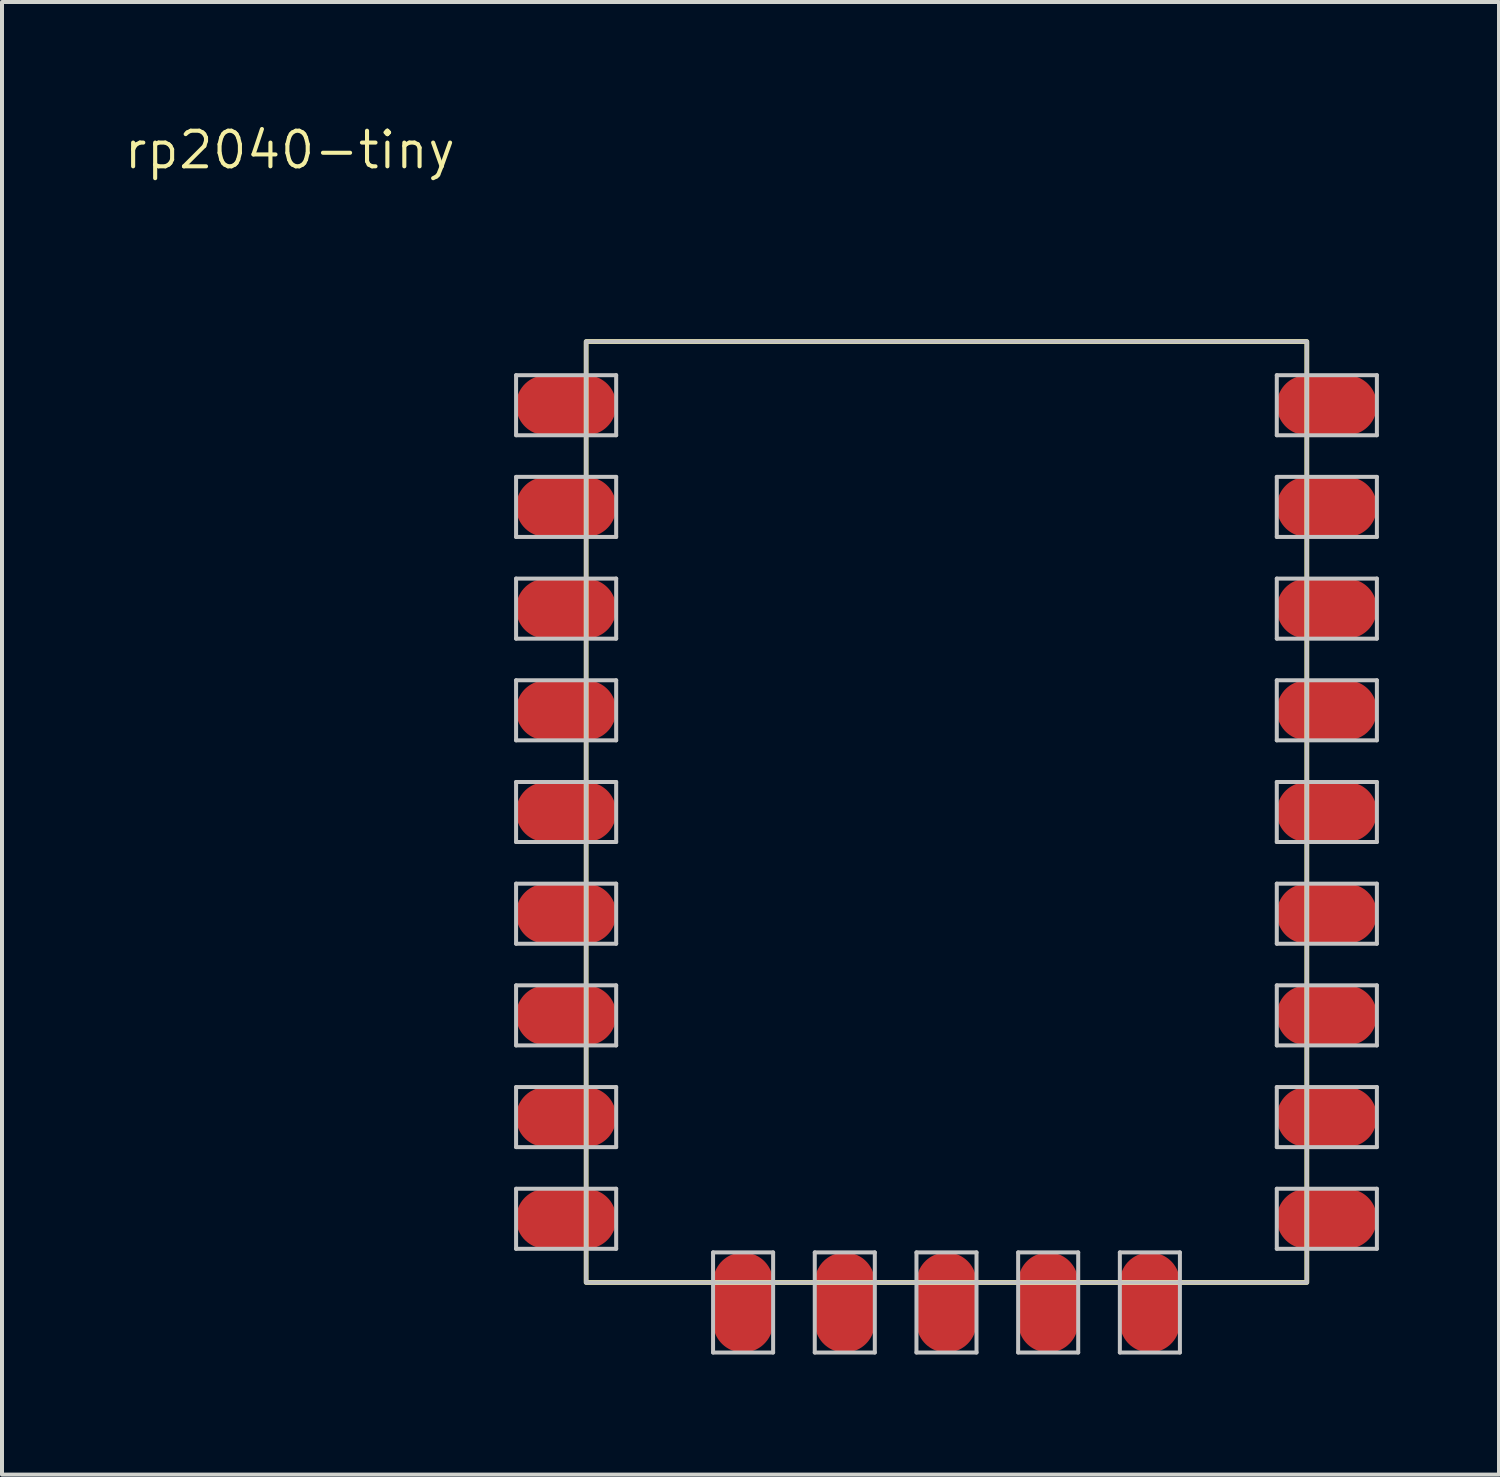
<source format=kicad_pcb>
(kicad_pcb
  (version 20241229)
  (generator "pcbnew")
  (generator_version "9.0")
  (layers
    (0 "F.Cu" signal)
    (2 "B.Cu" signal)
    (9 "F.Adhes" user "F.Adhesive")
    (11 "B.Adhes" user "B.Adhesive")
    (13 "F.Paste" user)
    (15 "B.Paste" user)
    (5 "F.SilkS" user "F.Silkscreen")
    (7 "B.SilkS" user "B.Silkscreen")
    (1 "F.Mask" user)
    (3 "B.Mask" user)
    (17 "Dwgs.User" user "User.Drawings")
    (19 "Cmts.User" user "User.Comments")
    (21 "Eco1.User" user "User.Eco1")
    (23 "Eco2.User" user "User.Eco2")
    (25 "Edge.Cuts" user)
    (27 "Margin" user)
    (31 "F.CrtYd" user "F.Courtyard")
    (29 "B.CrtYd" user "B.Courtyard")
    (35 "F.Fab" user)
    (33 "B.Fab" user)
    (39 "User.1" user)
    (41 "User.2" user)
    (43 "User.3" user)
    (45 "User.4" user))
  (footprint "rp2040-tiny"
    (layer "F.Cu")
    (at 20.59 17.231)
    (property "Reference" "rp2040-tiny" (at -16.399 -16.533 180) (layer "F.SilkS") (effects (font (size 0.889 0.889) (thickness 0.102))))
    (attr smd exclude_from_pos_files)
    (fp_poly (pts (xy 9 11.75) (xy -9 11.75) (xy -9 -11.75) (xy 9 -11.75)) (stroke (width 0.12) (type solid)) (fill no) (layer "F.SilkS"))
    (fp_line (start -10.75 -10.91) (end -10.75 -9.41) (stroke (width 0.1) (type default)) (layer "Dwgs.User"))
    (fp_line (start -10.75 -9.41) (end -8.25 -9.41) (stroke (width 0.1) (type default)) (layer "Dwgs.User"))
    (fp_line (start -10.75 -8.37) (end -10.75 -6.87) (stroke (width 0.1) (type default)) (layer "Dwgs.User"))
    (fp_line (start -10.75 -6.87) (end -8.25 -6.87) (stroke (width 0.1) (type default)) (layer "Dwgs.User"))
    (fp_line (start -10.75 -5.83) (end -10.75 -4.33) (stroke (width 0.1) (type default)) (layer "Dwgs.User"))
    (fp_line (start -10.75 -4.33) (end -8.25 -4.33) (stroke (width 0.1) (type default)) (layer "Dwgs.User"))
    (fp_line (start -10.75 -3.29) (end -10.75 -1.79) (stroke (width 0.1) (type default)) (layer "Dwgs.User"))
    (fp_line (start -10.75 -1.79) (end -8.25 -1.79) (stroke (width 0.1) (type default)) (layer "Dwgs.User"))
    (fp_line (start -10.75 -0.75) (end -10.75 0.75) (stroke (width 0.1) (type default)) (layer "Dwgs.User"))
    (fp_line (start -10.75 0.75) (end -8.25 0.75) (stroke (width 0.1) (type default)) (layer "Dwgs.User"))
    (fp_line (start -10.75 1.79) (end -10.75 3.29) (stroke (width 0.1) (type default)) (layer "Dwgs.User"))
    (fp_line (start -10.75 3.29) (end -8.25 3.29) (stroke (width 0.1) (type default)) (layer "Dwgs.User"))
    (fp_line (start -10.75 4.33) (end -10.75 5.83) (stroke (width 0.1) (type default)) (layer "Dwgs.User"))
    (fp_line (start -10.75 5.83) (end -8.25 5.83) (stroke (width 0.1) (type default)) (layer "Dwgs.User"))
    (fp_line (start -10.75 6.87) (end -10.75 8.37) (stroke (width 0.1) (type default)) (layer "Dwgs.User"))
    (fp_line (start -10.75 8.37) (end -8.25 8.37) (stroke (width 0.1) (type default)) (layer "Dwgs.User"))
    (fp_line (start -10.75 9.41) (end -10.75 10.91) (stroke (width 0.1) (type default)) (layer "Dwgs.User"))
    (fp_line (start -10.75 10.91) (end -8.25 10.91) (stroke (width 0.1) (type default)) (layer "Dwgs.User"))
    (fp_line (start -9 -11.75) (end -9 11.75) (stroke (width 0.1) (type default)) (layer "Dwgs.User"))
    (fp_line (start -9 11.75) (end 9 11.75) (stroke (width 0.1) (type default)) (layer "Dwgs.User"))
    (fp_line (start -8.25 -10.91) (end -10.75 -10.91) (stroke (width 0.1) (type default)) (layer "Dwgs.User"))
    (fp_line (start -8.25 -9.41) (end -8.25 -10.91) (stroke (width 0.1) (type default)) (layer "Dwgs.User"))
    (fp_line (start -8.25 -8.37) (end -10.75 -8.37) (stroke (width 0.1) (type default)) (layer "Dwgs.User"))
    (fp_line (start -8.25 -6.87) (end -8.25 -8.37) (stroke (width 0.1) (type default)) (layer "Dwgs.User"))
    (fp_line (start -8.25 -5.83) (end -10.75 -5.83) (stroke (width 0.1) (type default)) (layer "Dwgs.User"))
    (fp_line (start -8.25 -4.33) (end -8.25 -5.83) (stroke (width 0.1) (type default)) (layer "Dwgs.User"))
    (fp_line (start -8.25 -3.29) (end -10.75 -3.29) (stroke (width 0.1) (type default)) (layer "Dwgs.User"))
    (fp_line (start -8.25 -1.79) (end -8.25 -3.29) (stroke (width 0.1) (type default)) (layer "Dwgs.User"))
    (fp_line (start -8.25 -0.75) (end -10.75 -0.75) (stroke (width 0.1) (type default)) (layer "Dwgs.User"))
    (fp_line (start -8.25 0.75) (end -8.25 -0.75) (stroke (width 0.1) (type default)) (layer "Dwgs.User"))
    (fp_line (start -8.25 1.79) (end -10.75 1.79) (stroke (width 0.1) (type default)) (layer "Dwgs.User"))
    (fp_line (start -8.25 3.29) (end -8.25 1.79) (stroke (width 0.1) (type default)) (layer "Dwgs.User"))
    (fp_line (start -8.25 4.33) (end -10.75 4.33) (stroke (width 0.1) (type default)) (layer "Dwgs.User"))
    (fp_line (start -8.25 5.83) (end -8.25 4.33) (stroke (width 0.1) (type default)) (layer "Dwgs.User"))
    (fp_line (start -8.25 6.87) (end -10.75 6.87) (stroke (width 0.1) (type default)) (layer "Dwgs.User"))
    (fp_line (start -8.25 8.37) (end -8.25 6.87) (stroke (width 0.1) (type default)) (layer "Dwgs.User"))
    (fp_line (start -8.25 9.41) (end -10.75 9.41) (stroke (width 0.1) (type default)) (layer "Dwgs.User"))
    (fp_line (start -8.25 10.91) (end -8.25 9.41) (stroke (width 0.1) (type default)) (layer "Dwgs.User"))
    (fp_line (start -5.83 11) (end -5.83 13.5) (stroke (width 0.1) (type default)) (layer "Dwgs.User"))
    (fp_line (start -5.83 13.5) (end -4.33 13.5) (stroke (width 0.1) (type default)) (layer "Dwgs.User"))
    (fp_line (start -4.33 11) (end -5.83 11) (stroke (width 0.1) (type default)) (layer "Dwgs.User"))
    (fp_line (start -4.33 13.5) (end -4.33 11) (stroke (width 0.1) (type default)) (layer "Dwgs.User"))
    (fp_line (start -3.29 11) (end -3.29 13.5) (stroke (width 0.1) (type default)) (layer "Dwgs.User"))
    (fp_line (start -3.29 13.5) (end -1.79 13.5) (stroke (width 0.1) (type default)) (layer "Dwgs.User"))
    (fp_line (start -1.79 11) (end -3.29 11) (stroke (width 0.1) (type default)) (layer "Dwgs.User"))
    (fp_line (start -1.79 13.5) (end -1.79 11) (stroke (width 0.1) (type default)) (layer "Dwgs.User"))
    (fp_line (start -0.75 11) (end -0.75 13.5) (stroke (width 0.1) (type default)) (layer "Dwgs.User"))
    (fp_line (start -0.75 13.5) (end 0.75 13.5) (stroke (width 0.1) (type default)) (layer "Dwgs.User"))
    (fp_line (start 0.75 11) (end -0.75 11) (stroke (width 0.1) (type default)) (layer "Dwgs.User"))
    (fp_line (start 0.75 13.5) (end 0.75 11) (stroke (width 0.1) (type default)) (layer "Dwgs.User"))
    (fp_line (start 1.79 11) (end 1.79 13.5) (stroke (width 0.1) (type default)) (layer "Dwgs.User"))
    (fp_line (start 1.79 13.5) (end 3.29 13.5) (stroke (width 0.1) (type default)) (layer "Dwgs.User"))
    (fp_line (start 3.29 11) (end 1.79 11) (stroke (width 0.1) (type default)) (layer "Dwgs.User"))
    (fp_line (start 3.29 13.5) (end 3.29 11) (stroke (width 0.1) (type default)) (layer "Dwgs.User"))
    (fp_line (start 4.33 11) (end 4.33 13.5) (stroke (width 0.1) (type default)) (layer "Dwgs.User"))
    (fp_line (start 4.33 13.5) (end 5.83 13.5) (stroke (width 0.1) (type default)) (layer "Dwgs.User"))
    (fp_line (start 5.83 11) (end 4.33 11) (stroke (width 0.1) (type default)) (layer "Dwgs.User"))
    (fp_line (start 5.83 13.5) (end 5.83 11) (stroke (width 0.1) (type default)) (layer "Dwgs.User"))
    (fp_line (start 8.25 -10.91) (end 8.25 -9.41) (stroke (width 0.1) (type default)) (layer "Dwgs.User"))
    (fp_line (start 8.25 -9.41) (end 10.75 -9.41) (stroke (width 0.1) (type default)) (layer "Dwgs.User"))
    (fp_line (start 8.25 -8.37) (end 8.25 -6.87) (stroke (width 0.1) (type default)) (layer "Dwgs.User"))
    (fp_line (start 8.25 -6.87) (end 10.75 -6.87) (stroke (width 0.1) (type default)) (layer "Dwgs.User"))
    (fp_line (start 8.25 -5.83) (end 8.25 -4.33) (stroke (width 0.1) (type default)) (layer "Dwgs.User"))
    (fp_line (start 8.25 -4.33) (end 10.75 -4.33) (stroke (width 0.1) (type default)) (layer "Dwgs.User"))
    (fp_line (start 8.25 -3.29) (end 8.25 -1.79) (stroke (width 0.1) (type default)) (layer "Dwgs.User"))
    (fp_line (start 8.25 -1.79) (end 10.75 -1.79) (stroke (width 0.1) (type default)) (layer "Dwgs.User"))
    (fp_line (start 8.25 -0.75) (end 8.25 0.75) (stroke (width 0.1) (type default)) (layer "Dwgs.User"))
    (fp_line (start 8.25 0.75) (end 10.75 0.75) (stroke (width 0.1) (type default)) (layer "Dwgs.User"))
    (fp_line (start 8.25 1.79) (end 8.25 3.29) (stroke (width 0.1) (type default)) (layer "Dwgs.User"))
    (fp_line (start 8.25 3.29) (end 10.75 3.29) (stroke (width 0.1) (type default)) (layer "Dwgs.User"))
    (fp_line (start 8.25 4.33) (end 8.25 5.83) (stroke (width 0.1) (type default)) (layer "Dwgs.User"))
    (fp_line (start 8.25 5.83) (end 10.75 5.83) (stroke (width 0.1) (type default)) (layer "Dwgs.User"))
    (fp_line (start 8.25 6.87) (end 8.25 8.37) (stroke (width 0.1) (type default)) (layer "Dwgs.User"))
    (fp_line (start 8.25 8.37) (end 10.75 8.37) (stroke (width 0.1) (type default)) (layer "Dwgs.User"))
    (fp_line (start 8.25 9.41) (end 8.25 10.91) (stroke (width 0.1) (type default)) (layer "Dwgs.User"))
    (fp_line (start 8.25 10.91) (end 10.75 10.91) (stroke (width 0.1) (type default)) (layer "Dwgs.User"))
    (fp_line (start 9 -11.75) (end -9 -11.75) (stroke (width 0.1) (type default)) (layer "Dwgs.User"))
    (fp_line (start 9 11.75) (end 9 -11.75) (stroke (width 0.1) (type default)) (layer "Dwgs.User"))
    (fp_line (start 10.75 -10.91) (end 8.25 -10.91) (stroke (width 0.1) (type default)) (layer "Dwgs.User"))
    (fp_line (start 10.75 -9.41) (end 10.75 -10.91) (stroke (width 0.1) (type default)) (layer "Dwgs.User"))
    (fp_line (start 10.75 -8.37) (end 8.25 -8.37) (stroke (width 0.1) (type default)) (layer "Dwgs.User"))
    (fp_line (start 10.75 -6.87) (end 10.75 -8.37) (stroke (width 0.1) (type default)) (layer "Dwgs.User"))
    (fp_line (start 10.75 -5.83) (end 8.25 -5.83) (stroke (width 0.1) (type default)) (layer "Dwgs.User"))
    (fp_line (start 10.75 -4.33) (end 10.75 -5.83) (stroke (width 0.1) (type default)) (layer "Dwgs.User"))
    (fp_line (start 10.75 -3.29) (end 8.25 -3.29) (stroke (width 0.1) (type default)) (layer "Dwgs.User"))
    (fp_line (start 10.75 -1.79) (end 10.75 -3.29) (stroke (width 0.1) (type default)) (layer "Dwgs.User"))
    (fp_line (start 10.75 -0.75) (end 8.25 -0.75) (stroke (width 0.1) (type default)) (layer "Dwgs.User"))
    (fp_line (start 10.75 0.75) (end 10.75 -0.75) (stroke (width 0.1) (type default)) (layer "Dwgs.User"))
    (fp_line (start 10.75 1.79) (end 8.25 1.79) (stroke (width 0.1) (type default)) (layer "Dwgs.User"))
    (fp_line (start 10.75 3.29) (end 10.75 1.79) (stroke (width 0.1) (type default)) (layer "Dwgs.User"))
    (fp_line (start 10.75 4.33) (end 8.25 4.33) (stroke (width 0.1) (type default)) (layer "Dwgs.User"))
    (fp_line (start 10.75 5.83) (end 10.75 4.33) (stroke (width 0.1) (type default)) (layer "Dwgs.User"))
    (fp_line (start 10.75 6.87) (end 8.25 6.87) (stroke (width 0.1) (type default)) (layer "Dwgs.User"))
    (fp_line (start 10.75 8.37) (end 10.75 6.87) (stroke (width 0.1) (type default)) (layer "Dwgs.User"))
    (fp_line (start 10.75 9.41) (end 8.25 9.41) (stroke (width 0.1) (type default)) (layer "Dwgs.User"))
    (fp_line (start 10.75 10.91) (end 10.75 9.41) (stroke (width 0.1) (type default)) (layer "Dwgs.User"))
    (pad "1" smd oval (at 9 -10.16 180) (size 2.5 1.5) (drill (offset -0.5 0)) (layers "F.Cu" "F.Mask" "F.Paste"))
    (pad "2" smd oval (at 9 -7.62 180) (size 2.5 1.5) (drill (offset -0.5 0)) (layers "F.Cu" "F.Mask" "F.Paste"))
    (pad "3" smd oval (at 9 -5.08 180) (size 2.5 1.5) (drill (offset -0.5 0)) (layers "F.Cu" "F.Mask" "F.Paste"))
    (pad "4" smd oval (at 9 -2.54 180) (size 2.5 1.5) (drill (offset -0.5 0)) (layers "F.Cu" "F.Mask" "F.Paste"))
    (pad "5" smd oval (at 9 0 180) (size 2.5 1.5) (drill (offset -0.5 0)) (layers "F.Cu" "F.Mask" "F.Paste"))
    (pad "6" smd oval (at 9 2.54 180) (size 2.5 1.5) (drill (offset -0.5 0)) (layers "F.Cu" "F.Mask" "F.Paste"))
    (pad "7" smd oval (at 9 5.08 180) (size 2.5 1.5) (drill (offset -0.5 0)) (layers "F.Cu" "F.Mask" "F.Paste"))
    (pad "8" smd oval (at 9 7.62 180) (size 2.5 1.5) (drill (offset -0.5 0)) (layers "F.Cu" "F.Mask" "F.Paste"))
    (pad "9" smd oval (at 9 10.16 180) (size 2.5 1.5) (drill (offset -0.5 0)) (layers "F.Cu" "F.Mask" "F.Paste"))
    (pad "10" smd oval (at 5.08 11.75 90) (size 2.5 1.5) (drill (offset -0.5 0)) (layers "F.Cu" "F.Mask" "F.Paste"))
    (pad "11" smd oval (at 2.54 11.75 90) (size 2.5 1.5) (drill (offset -0.5 0)) (layers "F.Cu" "F.Mask" "F.Paste"))
    (pad "12" smd oval (at 0 11.75 90) (size 2.5 1.5) (drill (offset -0.5 0)) (layers "F.Cu" "F.Mask" "F.Paste"))
    (pad "13" smd oval (at -2.54 11.75 90) (size 2.5 1.5) (drill (offset -0.5 0)) (layers "F.Cu" "F.Mask" "F.Paste"))
    (pad "14" smd oval (at -5.08 11.75 90) (size 2.5 1.5) (drill (offset -0.5 0)) (layers "F.Cu" "F.Mask" "F.Paste"))
    (pad "15" smd oval (at -9 10.16) (size 2.5 1.5) (drill (offset -0.5 0)) (layers "F.Cu" "F.Mask" "F.Paste"))
    (pad "16" smd oval (at -9 7.62) (size 2.5 1.5) (drill (offset -0.5 0)) (layers "F.Cu" "F.Mask" "F.Paste"))
    (pad "17" smd oval (at -9 5.08) (size 2.5 1.5) (drill (offset -0.5 0)) (layers "F.Cu" "F.Mask" "F.Paste"))
    (pad "18" smd oval (at -9 2.54) (size 2.5 1.5) (drill (offset -0.5 0)) (layers "F.Cu" "F.Mask" "F.Paste"))
    (pad "19" smd oval (at -9 0) (size 2.5 1.5) (drill (offset -0.5 0)) (layers "F.Cu" "F.Mask" "F.Paste"))
    (pad "20" smd oval (at -9 -2.54) (size 2.5 1.5) (drill (offset -0.5 0)) (layers "F.Cu" "F.Mask" "F.Paste"))
    (pad "21" smd oval (at -9 -5.08) (size 2.5 1.5) (drill (offset -0.5 0)) (layers "F.Cu" "F.Mask" "F.Paste"))
    (pad "22" smd oval (at -9 -7.62) (size 2.5 1.5) (drill (offset -0.5 0)) (layers "F.Cu" "F.Mask" "F.Paste"))
    (pad "23" smd oval (at -9 -10.16) (size 2.5 1.5) (drill (offset -0.5 0)) (layers "F.Cu" "F.Mask" "F.Paste")))
  (gr_rect
    (start -3 -3)
    (end 34.39 33.781)
    (stroke (width 0.1) (type default))
    (fill no)
    (layer "Edge.Cuts")))
</source>
